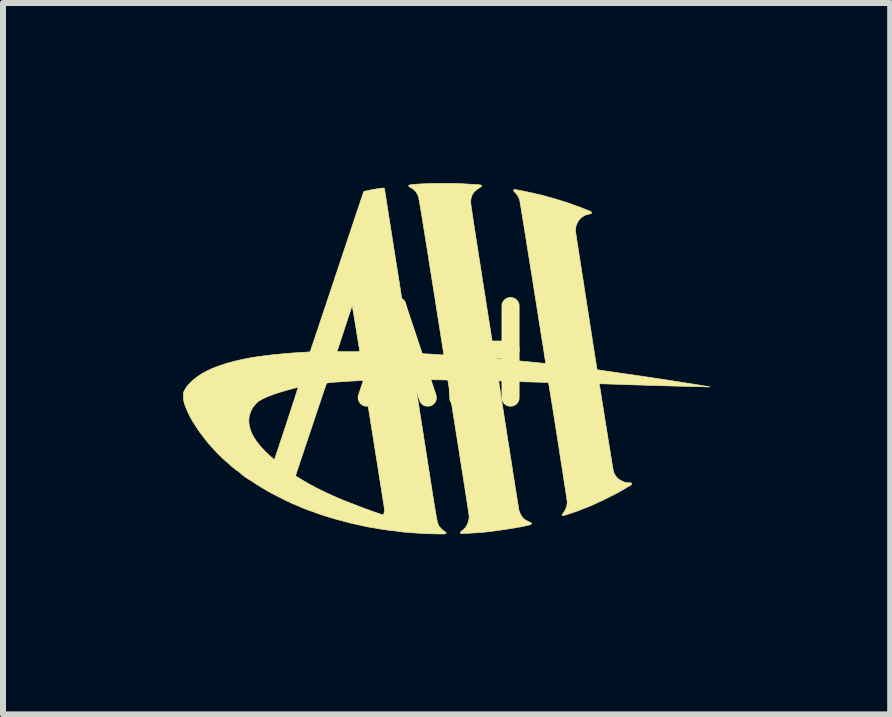
<source format=kicad_pcb>
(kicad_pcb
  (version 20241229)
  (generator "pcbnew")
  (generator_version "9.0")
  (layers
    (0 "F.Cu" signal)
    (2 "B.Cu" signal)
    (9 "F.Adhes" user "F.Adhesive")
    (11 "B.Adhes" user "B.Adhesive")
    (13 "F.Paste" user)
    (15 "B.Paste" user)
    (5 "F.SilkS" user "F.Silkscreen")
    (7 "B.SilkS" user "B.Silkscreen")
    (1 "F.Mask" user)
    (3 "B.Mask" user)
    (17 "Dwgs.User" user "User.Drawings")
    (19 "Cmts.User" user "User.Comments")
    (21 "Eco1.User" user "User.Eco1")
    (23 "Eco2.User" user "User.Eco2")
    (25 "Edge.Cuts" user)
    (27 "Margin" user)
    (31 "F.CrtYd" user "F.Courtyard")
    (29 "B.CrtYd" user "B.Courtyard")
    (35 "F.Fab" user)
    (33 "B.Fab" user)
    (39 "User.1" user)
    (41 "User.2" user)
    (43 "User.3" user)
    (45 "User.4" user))
  (footprint "AH"
    (layer "F.Cu")
    (at 4.366 2.884)
    (property "Reference" "AH" (at 0 0 0) (layer "F.SilkS") (effects (font (size 1.524 1.524) (thickness 0.3))))
    (attr through_hole)
    (fp_poly (pts (xy 0.067 -2.879) (xy 0.13 -2.878) (xy 0.19 -2.877) (xy 0.247 -2.875) (xy 0.292 -2.873) (xy 0.355 -2.869) (xy 0.408 -2.866) (xy 0.453 -2.864) (xy 0.49 -2.862) (xy 0.52 -2.86) (xy 0.543 -2.858) (xy 0.562 -2.856) (xy 0.575 -2.855) (xy 0.584 -2.854) (xy 0.591 -2.852) (xy 0.595 -2.851) (xy 0.597 -2.85) (xy 0.604 -2.839) (xy 0.602 -2.828) (xy 0.59 -2.817) (xy 0.585 -2.815) (xy 0.572 -2.807) (xy 0.554 -2.795) (xy 0.534 -2.781) (xy 0.524 -2.773) (xy 0.487 -2.74) (xy 0.458 -2.703) (xy 0.439 -2.662) (xy 0.428 -2.615) (xy 0.425 -2.568) (xy 0.426 -2.56) (xy 0.427 -2.547) (xy 0.429 -2.529) (xy 0.432 -2.506) (xy 0.436 -2.476) (xy 0.441 -2.441) (xy 0.447 -2.399) (xy 0.455 -2.35) (xy 0.463 -2.295) (xy 0.472 -2.232) (xy 0.483 -2.162) (xy 0.495 -2.084) (xy 0.508 -1.998) (xy 0.523 -1.904) (xy 0.539 -1.801) (xy 0.556 -1.69) (xy 0.575 -1.569) (xy 0.596 -1.439) (xy 0.617 -1.299) (xy 0.626 -1.243) (xy 0.644 -1.13) (xy 0.661 -1.02) (xy 0.678 -0.913) (xy 0.694 -0.81) (xy 0.71 -0.71) (xy 0.725 -0.615) (xy 0.739 -0.525) (xy 0.753 -0.439) (xy 0.765 -0.36) (xy 0.777 -0.286) (xy 0.788 -0.219) (xy 0.797 -0.158) (xy 0.806 -0.105) (xy 0.813 -0.06) (xy 0.819 -0.022) (xy 0.824 0.006) (xy 0.827 0.026) (xy 0.829 0.037) (xy 0.829 0.038) (xy 0.834 0.039) (xy 0.848 0.041) (xy 0.869 0.043) (xy 0.896 0.045) (xy 0.926 0.048) (xy 0.927 0.048) (xy 0.95 0.05) (xy 0.981 0.053) (xy 1.02 0.056) (xy 1.066 0.061) (xy 1.117 0.066) (xy 1.172 0.071) (xy 1.229 0.077) (xy 1.289 0.083) (xy 1.348 0.089) (xy 1.349 0.089) (xy 1.405 0.094) (xy 1.458 0.1) (xy 1.508 0.104) (xy 1.552 0.109) (xy 1.591 0.113) (xy 1.624 0.116) (xy 1.649 0.118) (xy 1.666 0.12) (xy 1.674 0.12) (xy 1.675 0.12) (xy 1.674 0.115) (xy 1.672 0.1) (xy 1.668 0.077) (xy 1.663 0.044) (xy 1.657 0.004) (xy 1.65 -0.044) (xy 1.641 -0.098) (xy 1.632 -0.16) (xy 1.621 -0.227) (xy 1.609 -0.3) (xy 1.597 -0.378) (xy 1.584 -0.461) (xy 1.57 -0.548) (xy 1.556 -0.638) (xy 1.541 -0.731) (xy 1.526 -0.827) (xy 1.511 -0.925) (xy 1.495 -1.024) (xy 1.479 -1.125) (xy 1.463 -1.226) (xy 1.447 -1.327) (xy 1.43 -1.428) (xy 1.415 -1.527) (xy 1.399 -1.626) (xy 1.383 -1.722) (xy 1.368 -1.816) (xy 1.354 -1.907) (xy 1.34 -1.995) (xy 1.326 -2.079) (xy 1.314 -2.158) (xy 1.302 -2.232) (xy 1.29 -2.301) (xy 1.28 -2.364) (xy 1.271 -2.421) (xy 1.263 -2.471) (xy 1.256 -2.513) (xy 1.25 -2.547) (xy 1.246 -2.573) (xy 1.243 -2.59) (xy 1.242 -2.598) (xy 1.241 -2.598) (xy 1.223 -2.646) (xy 1.2 -2.686) (xy 1.17 -2.721) (xy 1.17 -2.722) (xy 1.154 -2.738) (xy 1.144 -2.75) (xy 1.14 -2.758) (xy 1.14 -2.765) (xy 1.14 -2.767) (xy 1.146 -2.776) (xy 1.152 -2.779) (xy 1.16 -2.778) (xy 1.176 -2.775) (xy 1.199 -2.771) (xy 1.228 -2.765) (xy 1.261 -2.759) (xy 1.296 -2.752) (xy 1.332 -2.744) (xy 1.368 -2.737) (xy 1.402 -2.73) (xy 1.433 -2.723) (xy 1.459 -2.718) (xy 1.479 -2.713) (xy 1.491 -2.711) (xy 1.491 -2.71) (xy 1.506 -2.706) (xy 1.528 -2.701) (xy 1.554 -2.695) (xy 1.578 -2.69) (xy 1.605 -2.684) (xy 1.632 -2.677) (xy 1.655 -2.671) (xy 1.669 -2.667) (xy 1.689 -2.66) (xy 1.714 -2.653) (xy 1.739 -2.647) (xy 1.742 -2.646) (xy 1.759 -2.642) (xy 1.783 -2.635) (xy 1.813 -2.627) (xy 1.847 -2.616) (xy 1.884 -2.605) (xy 1.923 -2.593) (xy 1.963 -2.58) (xy 2.001 -2.568) (xy 2.037 -2.557) (xy 2.069 -2.546) (xy 2.095 -2.537) (xy 2.115 -2.53) (xy 2.127 -2.525) (xy 2.128 -2.525) (xy 2.141 -2.519) (xy 2.16 -2.512) (xy 2.183 -2.504) (xy 2.199 -2.499) (xy 2.227 -2.49) (xy 2.256 -2.479) (xy 2.283 -2.469) (xy 2.293 -2.464) (xy 2.316 -2.454) (xy 2.34 -2.444) (xy 2.359 -2.437) (xy 2.362 -2.436) (xy 2.383 -2.428) (xy 2.406 -2.419) (xy 2.415 -2.415) (xy 2.429 -2.407) (xy 2.436 -2.4) (xy 2.438 -2.392) (xy 2.437 -2.389) (xy 2.436 -2.382) (xy 2.432 -2.377) (xy 2.423 -2.374) (xy 2.408 -2.37) (xy 2.395 -2.367) (xy 2.343 -2.353) (xy 2.297 -2.33) (xy 2.258 -2.3) (xy 2.225 -2.262) (xy 2.203 -2.224) (xy 2.185 -2.184) (xy 2.175 -2.148) (xy 2.171 -2.112) (xy 2.173 -2.074) (xy 2.174 -2.067) (xy 2.175 -2.058) (xy 2.177 -2.041) (xy 2.181 -2.014) (xy 2.187 -1.979) (xy 2.193 -1.936) (xy 2.201 -1.886) (xy 2.21 -1.83) (xy 2.219 -1.767) (xy 2.23 -1.699) (xy 2.241 -1.626) (xy 2.253 -1.548) (xy 2.266 -1.467) (xy 2.279 -1.382) (xy 2.293 -1.294) (xy 2.307 -1.205) (xy 2.321 -1.113) (xy 2.335 -1.021) (xy 2.35 -0.928) (xy 2.364 -0.835) (xy 2.379 -0.742) (xy 2.393 -0.651) (xy 2.407 -0.561) (xy 2.42 -0.474) (xy 2.434 -0.389) (xy 2.446 -0.308) (xy 2.458 -0.23) (xy 2.47 -0.157) (xy 2.481 -0.089) (xy 2.49 -0.027) (xy 2.499 0.03) (xy 2.507 0.079) (xy 2.514 0.122) (xy 2.519 0.157) (xy 2.523 0.183) (xy 2.526 0.201) (xy 2.528 0.209) (xy 2.528 0.209) (xy 2.532 0.22) (xy 2.538 0.226) (xy 2.544 0.227) (xy 2.559 0.229) (xy 2.583 0.233) (xy 2.615 0.237) (xy 2.654 0.243) (xy 2.699 0.25) (xy 2.75 0.257) (xy 2.806 0.265) (xy 2.866 0.274) (xy 2.929 0.283) (xy 2.978 0.29) (xy 3.055 0.301) (xy 3.139 0.313) (xy 3.229 0.326) (xy 3.324 0.34) (xy 3.422 0.355) (xy 3.519 0.369) (xy 3.616 0.384) (xy 3.709 0.398) (xy 3.798 0.412) (xy 3.879 0.425) (xy 3.963 0.438) (xy 4.038 0.45) (xy 4.104 0.46) (xy 4.162 0.469) (xy 4.212 0.477) (xy 4.255 0.484) (xy 4.291 0.49) (xy 4.321 0.495) (xy 4.346 0.499) (xy 4.365 0.502) (xy 4.38 0.504) (xy 4.391 0.506) (xy 4.399 0.508) (xy 4.404 0.509) (xy 4.407 0.51) (xy 4.408 0.51) (xy 4.408 0.511) (xy 4.408 0.511) (xy 4.403 0.511) (xy 4.388 0.511) (xy 4.364 0.511) (xy 4.332 0.51) (xy 4.293 0.509) (xy 4.247 0.508) (xy 4.194 0.507) (xy 4.136 0.505) (xy 4.073 0.504) (xy 4.006 0.502) (xy 3.935 0.5) (xy 3.861 0.498) (xy 3.785 0.496) (xy 3.707 0.494) (xy 3.628 0.492) (xy 3.549 0.489) (xy 3.47 0.487) (xy 3.392 0.485) (xy 3.316 0.482) (xy 3.242 0.48) (xy 3.171 0.478) (xy 3.103 0.476) (xy 3.04 0.474) (xy 2.981 0.472) (xy 2.928 0.47) (xy 2.882 0.469) (xy 2.843 0.467) (xy 2.791 0.465) (xy 2.742 0.464) (xy 2.698 0.462) (xy 2.658 0.461) (xy 2.625 0.46) (xy 2.598 0.459) (xy 2.579 0.459) (xy 2.569 0.458) (xy 2.567 0.459) (xy 2.568 0.464) (xy 2.57 0.478) (xy 2.574 0.501) (xy 2.579 0.532) (xy 2.585 0.57) (xy 2.592 0.615) (xy 2.6 0.666) (xy 2.609 0.722) (xy 2.618 0.783) (xy 2.629 0.848) (xy 2.64 0.916) (xy 2.651 0.986) (xy 2.662 1.058) (xy 2.674 1.131) (xy 2.686 1.205) (xy 2.698 1.279) (xy 2.709 1.351) (xy 2.721 1.423) (xy 2.732 1.491) (xy 2.743 1.557) (xy 2.753 1.62) (xy 2.762 1.677) (xy 2.771 1.73) (xy 2.778 1.778) (xy 2.785 1.819) (xy 2.791 1.853) (xy 2.795 1.879) (xy 2.798 1.897) (xy 2.8 1.905) (xy 2.809 1.937) (xy 2.826 1.971) (xy 2.846 2.003) (xy 2.868 2.029) (xy 2.89 2.047) (xy 2.918 2.065) (xy 2.95 2.082) (xy 2.981 2.095) (xy 3.006 2.102) (xy 3.027 2.106) (xy 3.051 2.108) (xy 3.065 2.108) (xy 3.086 2.109) (xy 3.099 2.112) (xy 3.104 2.116) (xy 3.108 2.123) (xy 3.107 2.13) (xy 3.1 2.138) (xy 3.086 2.149) (xy 3.064 2.163) (xy 3.055 2.168) (xy 3.031 2.183) (xy 3.002 2.2) (xy 2.973 2.218) (xy 2.959 2.226) (xy 2.932 2.242) (xy 2.898 2.261) (xy 2.857 2.283) (xy 2.81 2.307) (xy 2.76 2.332) (xy 2.708 2.358) (xy 2.655 2.384) (xy 2.602 2.41) (xy 2.551 2.434) (xy 2.503 2.456) (xy 2.46 2.476) (xy 2.423 2.492) (xy 2.393 2.505) (xy 2.393 2.505) (xy 2.374 2.512) (xy 2.351 2.521) (xy 2.327 2.53) (xy 2.322 2.532) (xy 2.296 2.542) (xy 2.267 2.554) (xy 2.238 2.565) (xy 2.23 2.568) (xy 2.21 2.576) (xy 2.183 2.585) (xy 2.151 2.597) (xy 2.117 2.609) (xy 2.081 2.621) (xy 2.074 2.623) (xy 2.038 2.635) (xy 2.011 2.644) (xy 1.991 2.65) (xy 1.976 2.654) (xy 1.966 2.655) (xy 1.96 2.655) (xy 1.956 2.653) (xy 1.955 2.653) (xy 1.948 2.646) (xy 1.947 2.64) (xy 1.952 2.63) (xy 1.963 2.617) (xy 1.978 2.597) (xy 1.993 2.571) (xy 2.008 2.542) (xy 2.019 2.513) (xy 2.026 2.488) (xy 2.026 2.487) (xy 2.03 2.464) (xy 2.032 2.439) (xy 2.032 2.423) (xy 2.031 2.416) (xy 2.029 2.399) (xy 2.025 2.373) (xy 2.02 2.34) (xy 2.014 2.298) (xy 2.007 2.25) (xy 1.999 2.196) (xy 1.989 2.135) (xy 1.979 2.069) (xy 1.968 1.999) (xy 1.957 1.925) (xy 1.945 1.847) (xy 1.932 1.766) (xy 1.919 1.683) (xy 1.906 1.598) (xy 1.893 1.512) (xy 1.879 1.426) (xy 1.866 1.339) (xy 1.852 1.253) (xy 1.839 1.169) (xy 1.826 1.086) (xy 1.813 1.005) (xy 1.801 0.928) (xy 1.789 0.854) (xy 1.778 0.784) (xy 1.767 0.719) (xy 1.758 0.659) (xy 1.749 0.606) (xy 1.741 0.558) (xy 1.735 0.518) (xy 1.729 0.485) (xy 1.725 0.461) (xy 1.722 0.445) (xy 1.721 0.439) (xy 1.721 0.439) (xy 1.716 0.439) (xy 1.701 0.438) (xy 1.678 0.437) (xy 1.648 0.436) (xy 1.611 0.435) (xy 1.569 0.433) (xy 1.522 0.432) (xy 1.471 0.43) (xy 1.435 0.429) (xy 1.377 0.428) (xy 1.318 0.426) (xy 1.259 0.424) (xy 1.203 0.423) (xy 1.15 0.421) (xy 1.102 0.419) (xy 1.061 0.418) (xy 1.028 0.417) (xy 1.022 0.416) (xy 0.987 0.415) (xy 0.955 0.414) (xy 0.928 0.413) (xy 0.908 0.412) (xy 0.895 0.412) (xy 0.891 0.413) (xy 0.892 0.418) (xy 0.894 0.432) (xy 0.898 0.456) (xy 0.902 0.488) (xy 0.908 0.527) (xy 0.916 0.574) (xy 0.924 0.628) (xy 0.933 0.687) (xy 0.943 0.753) (xy 0.954 0.823) (xy 0.966 0.898) (xy 0.978 0.976) (xy 0.991 1.058) (xy 1.004 1.143) (xy 1.018 1.229) (xy 1.031 1.318) (xy 1.045 1.408) (xy 1.06 1.498) (xy 1.074 1.588) (xy 1.088 1.677) (xy 1.102 1.765) (xy 1.115 1.852) (xy 1.128 1.936) (xy 1.141 2.018) (xy 1.154 2.096) (xy 1.165 2.17) (xy 1.176 2.24) (xy 1.187 2.304) (xy 1.196 2.363) (xy 1.204 2.416) (xy 1.212 2.462) (xy 1.218 2.5) (xy 1.223 2.531) (xy 1.227 2.553) (xy 1.229 2.567) (xy 1.23 2.57) (xy 1.238 2.594) (xy 1.25 2.622) (xy 1.266 2.65) (xy 1.283 2.677) (xy 1.298 2.696) (xy 1.315 2.712) (xy 1.34 2.729) (xy 1.369 2.745) (xy 1.399 2.76) (xy 1.421 2.769) (xy 1.433 2.775) (xy 1.437 2.782) (xy 1.437 2.788) (xy 1.434 2.796) (xy 1.428 2.801) (xy 1.416 2.807) (xy 1.405 2.81) (xy 1.389 2.814) (xy 1.365 2.82) (xy 1.335 2.826) (xy 1.301 2.833) (xy 1.266 2.841) (xy 1.231 2.847) (xy 1.199 2.853) (xy 1.171 2.858) (xy 1.15 2.862) (xy 1.143 2.863) (xy 1.125 2.865) (xy 1.102 2.869) (xy 1.076 2.873) (xy 1.064 2.875) (xy 1.04 2.879) (xy 1.01 2.884) (xy 0.976 2.889) (xy 0.943 2.894) (xy 0.932 2.895) (xy 0.899 2.9) (xy 0.864 2.904) (xy 0.832 2.909) (xy 0.804 2.913) (xy 0.798 2.914) (xy 0.741 2.921) (xy 0.678 2.928) (xy 0.611 2.934) (xy 0.545 2.939) (xy 0.508 2.942) (xy 0.452 2.945) (xy 0.406 2.948) (xy 0.367 2.95) (xy 0.337 2.952) (xy 0.313 2.953) (xy 0.295 2.953) (xy 0.281 2.954) (xy 0.272 2.953) (xy 0.266 2.953) (xy 0.263 2.952) (xy 0.26 2.95) (xy 0.26 2.95) (xy 0.254 2.94) (xy 0.257 2.928) (xy 0.268 2.915) (xy 0.275 2.911) (xy 0.311 2.883) (xy 0.341 2.848) (xy 0.367 2.805) (xy 0.385 2.757) (xy 0.394 2.724) (xy 0.397 2.705) (xy 0.399 2.689) (xy 0.399 2.673) (xy 0.398 2.655) (xy 0.394 2.63) (xy 0.394 2.628) (xy 0.391 2.604) (xy 0.386 2.573) (xy 0.38 2.533) (xy 0.372 2.486) (xy 0.364 2.432) (xy 0.355 2.372) (xy 0.345 2.307) (xy 0.334 2.236) (xy 0.322 2.161) (xy 0.31 2.081) (xy 0.297 1.999) (xy 0.283 1.913) (xy 0.269 1.825) (xy 0.255 1.735) (xy 0.241 1.644) (xy 0.227 1.552) (xy 0.212 1.46) (xy 0.198 1.368) (xy 0.183 1.277) (xy 0.169 1.188) (xy 0.156 1.101) (xy 0.142 1.016) (xy 0.129 0.935) (xy 0.117 0.857) (xy 0.105 0.783) (xy 0.094 0.714) (xy 0.084 0.65) (xy 0.075 0.592) (xy 0.067 0.541) (xy 0.06 0.497) (xy 0.054 0.46) (xy 0.049 0.431) (xy 0.046 0.411) (xy 0.044 0.399) (xy 0.043 0.397) (xy 0.038 0.397) (xy 0.023 0.396) (xy 0.000009 0.395) (xy -0.03 0.395) (xy -0.067 0.394) (xy -0.109 0.393) (xy -0.156 0.393) (xy -0.207 0.392) (xy -0.234 0.392) (xy -0.509 0.39) (xy -0.506 0.405) (xy -0.505 0.411) (xy -0.502 0.427) (xy -0.498 0.452) (xy -0.493 0.485) (xy -0.486 0.527) (xy -0.479 0.577) (xy -0.47 0.634) (xy -0.46 0.698) (xy -0.448 0.769) (xy -0.436 0.845) (xy -0.424 0.927) (xy -0.41 1.015) (xy -0.396 1.106) (xy -0.38 1.203) (xy -0.365 1.302) (xy -0.349 1.406) (xy -0.332 1.512) (xy -0.32 1.588) (xy -0.3 1.718) (xy -0.281 1.838) (xy -0.264 1.949) (xy -0.248 2.051) (xy -0.233 2.144) (xy -0.22 2.23) (xy -0.208 2.307) (xy -0.196 2.378) (xy -0.186 2.441) (xy -0.177 2.498) (xy -0.168 2.549) (xy -0.161 2.594) (xy -0.154 2.634) (xy -0.148 2.669) (xy -0.142 2.699) (xy -0.137 2.725) (xy -0.132 2.747) (xy -0.128 2.766) (xy -0.123 2.781) (xy -0.119 2.794) (xy -0.115 2.805) (xy -0.112 2.814) (xy -0.108 2.822) (xy -0.104 2.828) (xy -0.1 2.834) (xy -0.095 2.839) (xy -0.09 2.845) (xy -0.085 2.85) (xy -0.08 2.857) (xy -0.079 2.858) (xy -0.055 2.885) (xy -0.029 2.906) (xy -0.018 2.913) (xy 0.000209 2.924) (xy 0.01 2.932) (xy 0.014 2.938) (xy 0.013 2.946) (xy 0.01 2.952) (xy 0.008 2.955) (xy 0.004 2.958) (xy -0.003 2.959) (xy -0.014 2.96) (xy -0.031 2.961) (xy -0.055 2.961) (xy -0.087 2.961) (xy -0.095 2.961) (xy -0.135 2.96) (xy -0.18 2.959) (xy -0.226 2.958) (xy -0.268 2.957) (xy -0.29 2.956) (xy -0.344 2.954) (xy -0.401 2.951) (xy -0.46 2.947) (xy -0.517 2.943) (xy -0.574 2.939) (xy -0.627 2.935) (xy -0.676 2.931) (xy -0.72 2.926) (xy -0.757 2.922) (xy -0.786 2.918) (xy -0.8 2.916) (xy -0.816 2.913) (xy -0.839 2.91) (xy -0.864 2.907) (xy -0.881 2.906) (xy -0.907 2.903) (xy -0.932 2.9) (xy -0.953 2.897) (xy -0.963 2.896) (xy -0.983 2.892) (xy -1.006 2.889) (xy -1.019 2.888) (xy -1.035 2.886) (xy -1.058 2.882) (xy -1.086 2.877) (xy -1.115 2.872) (xy -1.125 2.87) (xy -1.154 2.865) (xy -1.183 2.86) (xy -1.207 2.856) (xy -1.225 2.853) (xy -1.229 2.853) (xy -1.265 2.847) (xy -1.306 2.84) (xy -1.346 2.831) (xy -1.374 2.824) (xy -1.393 2.82) (xy -1.419 2.814) (xy -1.448 2.808) (xy -1.477 2.802) (xy -1.478 2.801) (xy -1.508 2.795) (xy -1.544 2.787) (xy -1.582 2.778) (xy -1.619 2.769) (xy -1.633 2.765) (xy -1.669 2.755) (xy -1.707 2.745) (xy -1.745 2.735) (xy -1.779 2.726) (xy -1.791 2.723) (xy -1.817 2.716) (xy -1.849 2.706) (xy -1.887 2.695) (xy -1.927 2.683) (xy -1.967 2.671) (xy -2.007 2.659) (xy -2.043 2.647) (xy -2.074 2.637) (xy -2.098 2.629) (xy -2.106 2.626) (xy -2.149 2.611) (xy -2.191 2.595) (xy -2.23 2.581) (xy -2.264 2.569) (xy -2.293 2.558) (xy -2.315 2.55) (xy -2.322 2.548) (xy -2.339 2.541) (xy -2.363 2.531) (xy -2.39 2.52) (xy -2.417 2.508) (xy -2.417 2.508) (xy -2.443 2.496) (xy -2.47 2.485) (xy -2.493 2.476) (xy -2.511 2.469) (xy -2.511 2.469) (xy -2.523 2.464) (xy -2.543 2.456) (xy -2.569 2.443) (xy -2.601 2.428) (xy -2.637 2.411) (xy -2.676 2.392) (xy -2.716 2.372) (xy -2.757 2.351) (xy -2.798 2.331) (xy -2.836 2.311) (xy -2.871 2.293) (xy -2.902 2.277) (xy -2.927 2.263) (xy -2.946 2.253) (xy -2.954 2.248) (xy -2.972 2.237) (xy -2.995 2.223) (xy -3.019 2.209) (xy -3.03 2.204) (xy -3.049 2.192) (xy -3.074 2.177) (xy -3.103 2.159) (xy -3.134 2.139) (xy -3.162 2.121) (xy -3.19 2.103) (xy -3.215 2.086) (xy -3.237 2.072) (xy -3.255 2.061) (xy -3.265 2.055) (xy -3.266 2.055) (xy -3.28 2.047) (xy -3.3 2.034) (xy -3.323 2.018) (xy -3.347 2) (xy -3.355 1.994) (xy -2.493 1.994) (xy -2.489 1.997) (xy -2.476 2.004) (xy -2.458 2.015) (xy -2.434 2.03) (xy -2.405 2.047) (xy -2.374 2.066) (xy -2.365 2.071) (xy -2.275 2.124) (xy -2.176 2.177) (xy -2.072 2.23) (xy -1.964 2.282) (xy -1.854 2.332) (xy -1.775 2.366) (xy -1.729 2.385) (xy -1.679 2.406) (xy -1.626 2.427) (xy -1.571 2.448) (xy -1.514 2.47) (xy -1.457 2.492) (xy -1.4 2.514) (xy -1.345 2.535) (xy -1.291 2.554) (xy -1.24 2.573) (xy -1.193 2.59) (xy -1.15 2.605) (xy -1.112 2.618) (xy -1.079 2.629) (xy -1.054 2.636) (xy -1.036 2.641) (xy -1.027 2.643) (xy -1.026 2.642) (xy -1.024 2.636) (xy -1.021 2.622) (xy -1.018 2.604) (xy -1.017 2.598) (xy -1.014 2.575) (xy -1.013 2.555) (xy -1.015 2.534) (xy -1.018 2.507) (xy -1.018 2.504) (xy -1.021 2.485) (xy -1.026 2.457) (xy -1.031 2.421) (xy -1.038 2.378) (xy -1.046 2.328) (xy -1.055 2.272) (xy -1.064 2.209) (xy -1.075 2.142) (xy -1.087 2.07) (xy -1.099 1.993) (xy -1.111 1.914) (xy -1.124 1.831) (xy -1.138 1.746) (xy -1.152 1.659) (xy -1.166 1.57) (xy -1.18 1.481) (xy -1.194 1.392) (xy -1.208 1.304) (xy -1.222 1.216) (xy -1.236 1.13) (xy -1.249 1.046) (xy -1.262 0.964) (xy -1.275 0.886) (xy -1.287 0.812) (xy -1.298 0.742) (xy -1.308 0.677) (xy -1.318 0.618) (xy -1.326 0.564) (xy -1.334 0.518) (xy -1.34 0.478) (xy -1.345 0.446) (xy -1.349 0.423) (xy -1.352 0.409) (xy -1.352 0.404) (xy -1.358 0.403) (xy -1.372 0.404) (xy -1.395 0.405) (xy -1.425 0.406) (xy -1.461 0.408) (xy -1.503 0.411) (xy -1.548 0.413) (xy -1.597 0.416) (xy -1.606 0.417) (xy -1.687 0.422) (xy -1.758 0.427) (xy -1.819 0.431) (xy -1.87 0.435) (xy -1.911 0.439) (xy -1.943 0.443) (xy -1.964 0.447) (xy -1.975 0.45) (xy -1.976 0.451) (xy -1.978 0.456) (xy -1.983 0.47) (xy -1.991 0.493) (xy -2.001 0.523) (xy -2.014 0.56) (xy -2.029 0.604) (xy -2.046 0.654) (xy -2.064 0.709) (xy -2.084 0.768) (xy -2.106 0.832) (xy -2.128 0.899) (xy -2.152 0.969) (xy -2.176 1.041) (xy -2.2 1.114) (xy -2.225 1.189) (xy -2.25 1.263) (xy -2.275 1.338) (xy -2.3 1.411) (xy -2.324 1.483) (xy -2.347 1.552) (xy -2.369 1.619) (xy -2.39 1.682) (xy -2.41 1.741) (xy -2.428 1.796) (xy -2.444 1.845) (xy -2.459 1.888) (xy -2.471 1.925) (xy -2.481 1.955) (xy -2.488 1.976) (xy -2.492 1.99) (xy -2.493 1.994) (xy -3.355 1.994) (xy -3.369 1.983) (xy -3.387 1.969) (xy -3.396 1.961) (xy -3.407 1.951) (xy -3.425 1.937) (xy -3.446 1.92) (xy -3.47 1.902) (xy -3.48 1.895) (xy -3.504 1.877) (xy -3.528 1.858) (xy -3.549 1.841) (xy -3.565 1.828) (xy -3.569 1.824) (xy -3.583 1.811) (xy -3.602 1.794) (xy -3.624 1.775) (xy -3.645 1.757) (xy -3.692 1.715) (xy -3.743 1.666) (xy -3.796 1.613) (xy -3.848 1.558) (xy -3.899 1.503) (xy -3.946 1.449) (xy -3.987 1.399) (xy -3.997 1.385) (xy -4.012 1.365) (xy -4.031 1.341) (xy -4.051 1.315) (xy -4.065 1.296) (xy -4.083 1.273) (xy -4.101 1.248) (xy -4.116 1.226) (xy -4.126 1.211) (xy -4.153 1.169) (xy -4.175 1.135) (xy -4.193 1.106) (xy -4.202 1.091) (xy -3.271 1.091) (xy -3.264 1.155) (xy -3.247 1.221) (xy -3.22 1.288) (xy -3.183 1.357) (xy -3.147 1.412) (xy -3.086 1.49) (xy -3.018 1.566) (xy -2.994 1.591) (xy -2.975 1.609) (xy -2.954 1.628) (xy -2.932 1.649) (xy -2.909 1.669) (xy -2.888 1.687) (xy -2.87 1.703) (xy -2.856 1.715) (xy -2.847 1.721) (xy -2.845 1.722) (xy -2.843 1.717) (xy -2.838 1.704) (xy -2.831 1.681) (xy -2.82 1.651) (xy -2.808 1.614) (xy -2.793 1.569) (xy -2.776 1.519) (xy -2.757 1.463) (xy -2.737 1.402) (xy -2.715 1.336) (xy -2.692 1.267) (xy -2.668 1.194) (xy -2.645 1.122) (xy -2.62 1.047) (xy -2.596 0.974) (xy -2.574 0.905) (xy -2.552 0.84) (xy -2.533 0.779) (xy -2.514 0.723) (xy -2.498 0.672) (xy -2.484 0.628) (xy -2.472 0.59) (xy -2.463 0.56) (xy -2.456 0.538) (xy -2.452 0.524) (xy -2.451 0.519) (xy -2.456 0.52) (xy -2.471 0.522) (xy -2.493 0.528) (xy -2.52 0.534) (xy -2.553 0.543) (xy -2.589 0.553) (xy -2.628 0.564) (xy -2.667 0.575) (xy -2.707 0.587) (xy -2.745 0.598) (xy -2.781 0.609) (xy -2.784 0.61) (xy -2.864 0.637) (xy -2.936 0.664) (xy -2.999 0.691) (xy -3.054 0.718) (xy -3.074 0.729) (xy -3.101 0.745) (xy -3.122 0.761) (xy -3.14 0.777) (xy -3.159 0.798) (xy -3.202 0.852) (xy -3.234 0.909) (xy -3.256 0.968) (xy -3.269 1.029) (xy -3.271 1.091) (xy -4.202 1.091) (xy -4.208 1.083) (xy -4.22 1.062) (xy -4.23 1.044) (xy -4.24 1.027) (xy -4.249 1.011) (xy -4.266 0.976) (xy -4.284 0.938) (xy -4.302 0.898) (xy -4.318 0.858) (xy -4.333 0.821) (xy -4.344 0.789) (xy -4.35 0.77) (xy -4.355 0.744) (xy -4.359 0.716) (xy -4.36 0.683) (xy -4.361 0.668) (xy -4.361 0.607) (xy -4.339 0.562) (xy -4.316 0.524) (xy -4.285 0.483) (xy -4.246 0.441) (xy -4.2 0.398) (xy -4.148 0.356) (xy -4.092 0.316) (xy -4.047 0.287) (xy -3.981 0.251) (xy -3.907 0.215) (xy -3.824 0.181) (xy -3.734 0.149) (xy -3.638 0.118) (xy -3.535 0.09) (xy -3.429 0.064) (xy -3.318 0.04) (xy -3.205 0.02) (xy -3.127 0.008) (xy -2.998 -0.009) (xy -2.862 -0.025) (xy -2.724 -0.039) (xy -2.586 -0.051) (xy -2.451 -0.06) (xy -2.434 -0.061) (xy -2.392 -0.063) (xy -2.353 -0.066) (xy -2.319 -0.068) (xy -2.291 -0.07) (xy -2.269 -0.072) (xy -2.255 -0.074) (xy -2.25 -0.075) (xy -2.248 -0.08) (xy -2.248 -0.08) (xy -1.802 -0.08) (xy -1.797 -0.079) (xy -1.784 -0.078) (xy -1.763 -0.078) (xy -1.734 -0.077) (xy -1.7 -0.077) (xy -1.661 -0.076) (xy -1.619 -0.076) (xy -1.613 -0.076) (xy -1.563 -0.076) (xy -1.523 -0.076) (xy -1.492 -0.077) (xy -1.468 -0.077) (xy -1.45 -0.078) (xy -1.437 -0.078) (xy -1.429 -0.08) (xy -1.425 -0.081) (xy -1.423 -0.083) (xy -1.424 -0.085) (xy -1.425 -0.091) (xy -1.427 -0.107) (xy -1.431 -0.131) (xy -1.436 -0.163) (xy -1.443 -0.201) (xy -1.45 -0.246) (xy -1.458 -0.295) (xy -1.467 -0.349) (xy -1.476 -0.407) (xy -1.486 -0.468) (xy -1.486 -0.469) (xy -1.496 -0.529) (xy -1.505 -0.586) (xy -1.514 -0.639) (xy -1.522 -0.688) (xy -1.53 -0.731) (xy -1.536 -0.768) (xy -1.541 -0.798) (xy -1.546 -0.821) (xy -1.548 -0.835) (xy -1.55 -0.839) (xy -1.55 -0.839) (xy -1.552 -0.834) (xy -1.557 -0.82) (xy -1.565 -0.797) (xy -1.575 -0.768) (xy -1.587 -0.731) (xy -1.601 -0.689) (xy -1.617 -0.641) (xy -1.634 -0.589) (xy -1.652 -0.533) (xy -1.672 -0.474) (xy -1.676 -0.46) (xy -1.696 -0.4) (xy -1.714 -0.344) (xy -1.732 -0.291) (xy -1.748 -0.242) (xy -1.762 -0.198) (xy -1.775 -0.16) (xy -1.785 -0.128) (xy -1.794 -0.104) (xy -1.799 -0.088) (xy -1.802 -0.08) (xy -1.802 -0.08) (xy -2.248 -0.08) (xy -2.243 -0.094) (xy -2.235 -0.117) (xy -2.225 -0.149) (xy -2.211 -0.189) (xy -2.195 -0.236) (xy -2.177 -0.291) (xy -2.156 -0.353) (xy -2.133 -0.421) (xy -2.108 -0.495) (xy -2.082 -0.575) (xy -2.053 -0.661) (xy -2.023 -0.751) (xy -1.991 -0.846) (xy -1.958 -0.945) (xy -1.924 -1.048) (xy -1.888 -1.154) (xy -1.852 -1.263) (xy -1.815 -1.375) (xy -1.804 -1.407) (xy -1.766 -1.52) (xy -1.73 -1.63) (xy -1.694 -1.737) (xy -1.659 -1.841) (xy -1.626 -1.941) (xy -1.594 -2.037) (xy -1.563 -2.129) (xy -1.534 -2.216) (xy -1.507 -2.298) (xy -1.481 -2.374) (xy -1.458 -2.444) (xy -1.436 -2.508) (xy -1.417 -2.565) (xy -1.401 -2.614) (xy -1.386 -2.656) (xy -1.375 -2.69) (xy -1.366 -2.716) (xy -1.36 -2.733) (xy -1.358 -2.741) (xy -1.357 -2.742) (xy -1.351 -2.745) (xy -1.336 -2.749) (xy -1.315 -2.754) (xy -1.287 -2.76) (xy -1.256 -2.767) (xy -1.222 -2.773) (xy -1.186 -2.78) (xy -1.152 -2.786) (xy -1.119 -2.791) (xy -1.089 -2.796) (xy -1.065 -2.799) (xy -1.047 -2.801) (xy -1.044 -2.801) (xy -1.026 -2.801) (xy -1.016 -2.799) (xy -1.012 -2.795) (xy -1.012 -2.794) (xy -1.011 -2.788) (xy -1.009 -2.773) (xy -1.005 -2.749) (xy -1 -2.715) (xy -0.993 -2.674) (xy -0.985 -2.624) (xy -0.976 -2.567) (xy -0.966 -2.503) (xy -0.955 -2.431) (xy -0.943 -2.354) (xy -0.93 -2.271) (xy -0.916 -2.182) (xy -0.901 -2.088) (xy -0.885 -1.989) (xy -0.869 -1.886) (xy -0.852 -1.779) (xy -0.835 -1.669) (xy -0.817 -1.555) (xy -0.798 -1.439) (xy -0.796 -1.421) (xy -0.777 -1.304) (xy -0.759 -1.191) (xy -0.742 -1.08) (xy -0.725 -0.973) (xy -0.708 -0.869) (xy -0.693 -0.77) (xy -0.678 -0.675) (xy -0.664 -0.586) (xy -0.65 -0.502) (xy -0.638 -0.424) (xy -0.626 -0.352) (xy -0.616 -0.287) (xy -0.607 -0.229) (xy -0.599 -0.179) (xy -0.592 -0.136) (xy -0.586 -0.102) (xy -0.582 -0.076) (xy -0.579 -0.06) (xy -0.578 -0.053) (xy -0.578 -0.053) (xy -0.573 -0.053) (xy -0.559 -0.051) (xy -0.537 -0.05) (xy -0.51 -0.049) (xy -0.478 -0.047) (xy -0.452 -0.046) (xy -0.412 -0.044) (xy -0.364 -0.041) (xy -0.313 -0.039) (xy -0.261 -0.036) (xy -0.211 -0.033) (xy -0.176 -0.03) (xy -0.137 -0.028) (xy -0.103 -0.026) (xy -0.073 -0.024) (xy -0.049 -0.023) (xy -0.032 -0.022) (xy -0.023 -0.022) (xy -0.022 -0.022) (xy -0.023 -0.027) (xy -0.025 -0.041) (xy -0.029 -0.065) (xy -0.034 -0.098) (xy -0.04 -0.139) (xy -0.048 -0.188) (xy -0.057 -0.244) (xy -0.067 -0.308) (xy -0.078 -0.378) (xy -0.09 -0.455) (xy -0.103 -0.538) (xy -0.117 -0.626) (xy -0.132 -0.719) (xy -0.147 -0.816) (xy -0.163 -0.918) (xy -0.18 -1.024) (xy -0.197 -1.133) (xy -0.215 -1.245) (xy -0.229 -1.334) (xy -0.251 -1.469) (xy -0.271 -1.596) (xy -0.289 -1.712) (xy -0.306 -1.82) (xy -0.322 -1.92) (xy -0.337 -2.011) (xy -0.35 -2.094) (xy -0.362 -2.17) (xy -0.373 -2.239) (xy -0.383 -2.301) (xy -0.392 -2.357) (xy -0.4 -2.406) (xy -0.408 -2.45) (xy -0.414 -2.489) (xy -0.42 -2.523) (xy -0.425 -2.552) (xy -0.429 -2.577) (xy -0.433 -2.599) (xy -0.437 -2.616) (xy -0.44 -2.631) (xy -0.442 -2.643) (xy -0.444 -2.653) (xy -0.447 -2.661) (xy -0.448 -2.667) (xy -0.45 -2.672) (xy -0.452 -2.676) (xy -0.452 -2.677) (xy -0.475 -2.719) (xy -0.499 -2.752) (xy -0.529 -2.78) (xy -0.564 -2.803) (xy -0.583 -2.814) (xy -0.601 -2.825) (xy -0.608 -2.835) (xy -0.606 -2.845) (xy -0.604 -2.847) (xy -0.595 -2.852) (xy -0.576 -2.856) (xy -0.549 -2.859) (xy -0.514 -2.863) (xy -0.472 -2.866) (xy -0.425 -2.869) (xy -0.372 -2.872) (xy -0.316 -2.874) (xy -0.255 -2.876) (xy -0.193 -2.877) (xy -0.128 -2.879) (xy -0.063 -2.879) (xy 0.002 -2.879) (xy 0.067 -2.879)) (stroke (width 0.01) (type solid)) (fill yes) (layer "F.SilkS")))
  (gr_rect
    (start -3 -3)
    (end 11.779 8.85)
    (stroke (width 0.1) (type default))
    (fill no)
    (layer "Edge.Cuts")))
</source>
